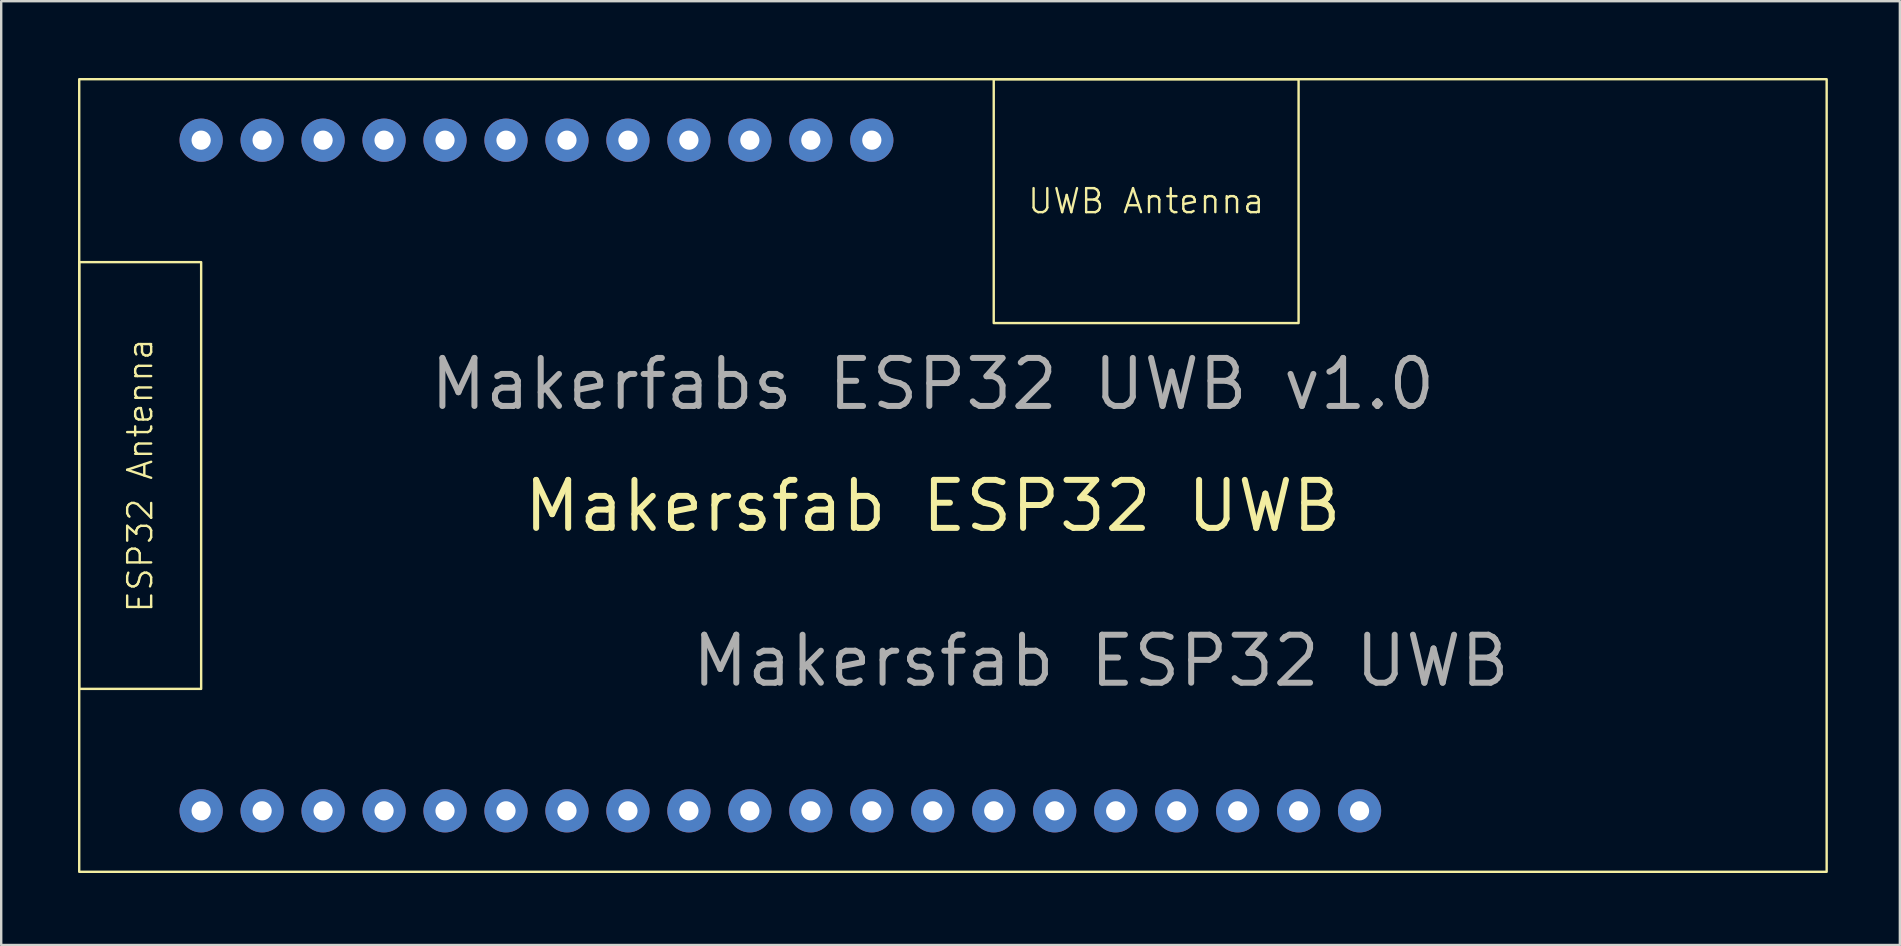
<source format=kicad_pcb>
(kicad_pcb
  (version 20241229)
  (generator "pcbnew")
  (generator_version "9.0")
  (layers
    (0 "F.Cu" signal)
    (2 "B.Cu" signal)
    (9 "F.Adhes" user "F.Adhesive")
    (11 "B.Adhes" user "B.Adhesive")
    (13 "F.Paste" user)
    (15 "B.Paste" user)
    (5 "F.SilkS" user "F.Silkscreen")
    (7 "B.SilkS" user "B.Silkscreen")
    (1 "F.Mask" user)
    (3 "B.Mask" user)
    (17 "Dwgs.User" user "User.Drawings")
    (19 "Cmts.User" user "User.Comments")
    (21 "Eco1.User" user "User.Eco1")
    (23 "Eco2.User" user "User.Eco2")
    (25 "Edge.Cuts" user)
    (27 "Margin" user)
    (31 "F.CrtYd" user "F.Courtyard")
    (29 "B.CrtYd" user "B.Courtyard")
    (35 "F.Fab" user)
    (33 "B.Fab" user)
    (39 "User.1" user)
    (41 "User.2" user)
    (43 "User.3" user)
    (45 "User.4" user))
  (footprint "Makersfab ESP32 UWB"
    (layer "F.Cu")
    (at 0.25 0.25)
    (property "Reference" "Makersfab ESP32 UWB" (at 35.56 17.78 0) (unlocked yes) (layer "F.SilkS") (effects (font (size 2 2) (thickness 0.25))))
    (fp_rect (start 0 0) (end 72.8 33.02) (stroke (width 0.1) (type solid)) (fill no) (layer "F.SilkS"))
    (fp_rect (start 0 7.62) (end 5.08 25.4) (stroke (width 0.1) (type default)) (fill no) (layer "F.SilkS"))
    (fp_rect (start 38.1 0) (end 50.8 10.16) (stroke (width 0.1) (type default)) (fill no) (layer "F.SilkS"))
    (fp_text user "UWB Antenna" (at 44.45 5.08 0) (unlocked yes) (layer "F.SilkS") (effects (font (size 1 1) (thickness 0.1))))
    (fp_text user "ESP32 Antenna" (at 2.54 16.51 90) (unlocked yes) (layer "F.SilkS") (effects (font (size 1 1) (thickness 0.1))))
    (fp_text user "${REFERENCE} " (at 25.4 25.4 0) (unlocked yes) (layer "F.Fab") (effects (font (size 2 2) (thickness 0.25)) (justify left bottom)))
    (fp_text user "Makerfabs ESP32 UWB v1.0" (at 35.56 12.7 0) (unlocked yes) (layer "F.Fab") (effects (font (size 2 2) (thickness 0.25))))
    (fp_text user "IO4" (at 17.78 0 90) (unlocked yes) (layer "User.4") (effects (font (size 0.5 0.5) (thickness 0.062)) (justify right)))
    (fp_text user "IO14" (at 22.86 33.02 90) (unlocked yes) (layer "User.4") (effects (font (size 0.5 0.5) (thickness 0.062)) (justify left)))
    (fp_text user "IO25" (at 33.02 33.02 90) (unlocked yes) (layer "User.4") (effects (font (size 0.5 0.5) (thickness 0.062)) (justify left)))
    (fp_text user "IO16" (at 22.86 0 90) (unlocked yes) (layer "User.4") (effects (font (size 0.5 0.5) (thickness 0.062)) (justify right)))
    (fp_text user "IO5" (at 20.32 0 90) (unlocked yes) (layer "User.4") (effects (font (size 0.5 0.5) (thickness 0.062)) (justify right)))
    (fp_text user "IO17" (at 25.4 0 90) (unlocked yes) (layer "User.4") (effects (font (size 0.5 0.5) (thickness 0.062)) (justify right)))
    (fp_text user "GND" (at 7.62 33.02 90) (unlocked yes) (layer "User.4") (effects (font (size 0.5 0.5) (thickness 0.062)) (justify left)))
    (fp_text user "IO15" (at 25.4 33.02 90) (unlocked yes) (layer "User.4") (effects (font (size 0.5 0.5) (thickness 0.062)) (justify left)))
    (fp_text user "IO21" (at 27.94 0 90) (unlocked yes) (layer "User.4") (effects (font (size 0.5 0.5) (thickness 0.062)) (justify right)))
    (fp_text user "IO0" (at 15.24 0 90) (unlocked yes) (layer "User.4") (effects (font (size 0.5 0.5) (thickness 0.062)) (justify right)))
    (fp_text user "IO2" (at 15.24 33.02 90) (unlocked yes) (layer "User.4") (effects (font (size 0.5 0.5) (thickness 0.062)) (justify left)))
    (fp_text user "IO22" (at 30.48 0 90) (unlocked yes) (layer "User.4") (effects (font (size 0.5 0.5) (thickness 0.062)) (justify right)))
    (fp_text user "IO32" (at 40.64 33.02 90) (unlocked yes) (layer "User.4") (effects (font (size 0.5 0.5) (thickness 0.062)) (justify left)))
    (fp_text user "IO13" (at 20.32 33.02 90) (unlocked yes) (layer "User.4") (effects (font (size 0.5 0.5) (thickness 0.062)) (justify left)))
    (fp_text user "RST" (at 10.16 33.02 90) (unlocked yes) (layer "User.4") (effects (font (size 0.5 0.5) (thickness 0.062)) (justify left)))
    (fp_text user "IO12" (at 17.78 33.02 90) (unlocked yes) (layer "User.4") (effects (font (size 0.5 0.5) (thickness 0.062)) (justify left)))
    (fp_text user "IO36" (at 50.8 33.02 90) (unlocked yes) (layer "User.4") (effects (font (size 0.5 0.5) (thickness 0.062)) (justify left)))
    (fp_text user "IO23" (at 33.02 0 90) (unlocked yes) (layer "User.4") (effects (font (size 0.5 0.5) (thickness 0.062)) (justify right)))
    (fp_text user "IO39" (at 53.34 33.02 90) (unlocked yes) (layer "User.4") (effects (font (size 0.5 0.5) (thickness 0.062)) (justify left)))
    (fp_text user "IO1" (at 12.7 0 90) (unlocked yes) (layer "User.4") (effects (font (size 0.5 0.5) (thickness 0.062)) (justify right)))
    (fp_text user "IO27" (at 38.1 33.02 90) (unlocked yes) (layer "User.4") (effects (font (size 0.5 0.5) (thickness 0.062)) (justify left)))
    (fp_text user "IO18" (at 27.94 33.02 90) (unlocked yes) (layer "User.4") (effects (font (size 0.5 0.5) (thickness 0.062)) (justify left)))
    (fp_text user "GND" (at 12.7 33.02 90) (unlocked yes) (layer "User.4") (effects (font (size 0.5 0.5) (thickness 0.062)) (justify left)))
    (fp_text user "IO19" (at 30.48 33.02 90) (unlocked yes) (layer "User.4") (effects (font (size 0.5 0.5) (thickness 0.062)) (justify left)))
    (fp_text user "GND" (at 7.62 0 90) (unlocked yes) (layer "User.4") (effects (font (size 0.5 0.5) (thickness 0.062)) (justify right)))
    (fp_text user "IO33" (at 43.18 33.02 90) (unlocked yes) (layer "User.4") (effects (font (size 0.5 0.5) (thickness 0.062)) (justify left)))
    (fp_text user "IO35" (at 48.26 33.02 90) (unlocked yes) (layer "User.4") (effects (font (size 0.5 0.5) (thickness 0.062)) (justify left)))
    (fp_text user "IO3" (at 10.16 0 90) (unlocked yes) (layer "User.4") (effects (font (size 0.5 0.5) (thickness 0.062)) (justify right)))
    (fp_text user "5V0" (at 5.08 0 90) (unlocked yes) (layer "User.4") (effects (font (size 0.5 0.5) (thickness 0.062)) (justify right)))
    (fp_text user "IO26" (at 35.56 33.02 90) (unlocked yes) (layer "User.4") (effects (font (size 0.5 0.5) (thickness 0.062)) (justify left)))
    (fp_text user "IO34" (at 45.72 33.02 90) (unlocked yes) (layer "User.4") (effects (font (size 0.5 0.5) (thickness 0.062)) (justify left)))
    (fp_text user "3V3" (at 5.08 33.02 90) (unlocked yes) (layer "User.4") (effects (font (size 0.5 0.5) (thickness 0.062)) (justify left)))
    (pad "1" thru_hole circle (at 5.08 30.48) (size 1.8 1.8) (drill 0.8) (layers "*.Cu" "*.Mask"))
    (pad "2" thru_hole circle (at 7.62 30.48) (size 1.8 1.8) (drill 0.8) (layers "*.Cu" "*.Mask"))
    (pad "3" thru_hole circle (at 10.16 30.48) (size 1.8 1.8) (drill 0.8) (layers "*.Cu" "*.Mask"))
    (pad "4" thru_hole circle (at 12.7 30.48) (size 1.8 1.8) (drill 0.8) (layers "*.Cu" "*.Mask"))
    (pad "5" thru_hole circle (at 15.24 30.48) (size 1.8 1.8) (drill 0.8) (layers "*.Cu" "*.Mask"))
    (pad "6" thru_hole circle (at 17.78 30.48) (size 1.8 1.8) (drill 0.8) (layers "*.Cu" "*.Mask"))
    (pad "7" thru_hole circle (at 20.32 30.48) (size 1.8 1.8) (drill 0.8) (layers "*.Cu" "*.Mask"))
    (pad "8" thru_hole circle (at 22.86 30.48) (size 1.8 1.8) (drill 0.8) (layers "*.Cu" "*.Mask"))
    (pad "9" thru_hole circle (at 25.4 30.48) (size 1.8 1.8) (drill 0.8) (layers "*.Cu" "*.Mask"))
    (pad "10" thru_hole circle (at 27.94 30.48) (size 1.8 1.8) (drill 0.8) (layers "*.Cu" "*.Mask"))
    (pad "11" thru_hole circle (at 30.48 30.48) (size 1.8 1.8) (drill 0.8) (layers "*.Cu" "*.Mask"))
    (pad "12" thru_hole circle (at 33.02 30.48) (size 1.8 1.8) (drill 0.8) (layers "*.Cu" "*.Mask"))
    (pad "13" thru_hole circle (at 35.56 30.48) (size 1.8 1.8) (drill 0.8) (layers "*.Cu" "*.Mask"))
    (pad "14" thru_hole circle (at 38.1 30.48) (size 1.8 1.8) (drill 0.8) (layers "*.Cu" "*.Mask"))
    (pad "15" thru_hole circle (at 40.64 30.48) (size 1.8 1.8) (drill 0.8) (layers "*.Cu" "*.Mask"))
    (pad "16" thru_hole circle (at 43.18 30.48) (size 1.8 1.8) (drill 0.8) (layers "*.Cu" "*.Mask"))
    (pad "17" thru_hole circle (at 45.72 30.48) (size 1.8 1.8) (drill 0.8) (layers "*.Cu" "*.Mask"))
    (pad "18" thru_hole circle (at 48.26 30.48) (size 1.8 1.8) (drill 0.8) (layers "*.Cu" "*.Mask"))
    (pad "19" thru_hole circle (at 50.8 30.48) (size 1.8 1.8) (drill 0.8) (layers "*.Cu" "*.Mask"))
    (pad "20" thru_hole circle (at 53.34 30.48) (size 1.8 1.8) (drill 0.8) (layers "*.Cu" "*.Mask"))
    (pad "21" thru_hole circle (at 5.08 2.54) (size 1.8 1.8) (drill 0.8) (layers "*.Cu" "*.Mask"))
    (pad "22" thru_hole circle (at 7.62 2.54) (size 1.8 1.8) (drill 0.8) (layers "*.Cu" "*.Mask"))
    (pad "23" thru_hole circle (at 10.16 2.54) (size 1.8 1.8) (drill 0.8) (layers "*.Cu" "*.Mask"))
    (pad "24" thru_hole circle (at 12.7 2.54) (size 1.8 1.8) (drill 0.8) (layers "*.Cu" "*.Mask"))
    (pad "25" thru_hole circle (at 15.24 2.54) (size 1.8 1.8) (drill 0.8) (layers "*.Cu" "*.Mask"))
    (pad "26" thru_hole circle (at 17.78 2.54) (size 1.8 1.8) (drill 0.8) (layers "*.Cu" "*.Mask"))
    (pad "27" thru_hole circle (at 20.32 2.54) (size 1.8 1.8) (drill 0.8) (layers "*.Cu" "*.Mask"))
    (pad "28" thru_hole circle (at 22.86 2.54) (size 1.8 1.8) (drill 0.8) (layers "*.Cu" "*.Mask"))
    (pad "29" thru_hole circle (at 25.4 2.54) (size 1.8 1.8) (drill 0.8) (layers "*.Cu" "*.Mask"))
    (pad "30" thru_hole circle (at 27.94 2.54) (size 1.8 1.8) (drill 0.8) (layers "*.Cu" "*.Mask"))
    (pad "31" thru_hole circle (at 30.48 2.54) (size 1.8 1.8) (drill 0.8) (layers "*.Cu" "*.Mask"))
    (pad "32" thru_hole circle (at 33.02 2.54) (size 1.8 1.8) (drill 0.8) (layers "*.Cu" "*.Mask"))
    (zone (net_name "") (layers "F.Cu" "B.Cu" "F.SilkS") (name "ESP32 Antenna") (hatch edge 0.5) (connect_pads) (min_thickness 0.25) (filled_areas_thickness no) (keepout (tracks not_allowed) (vias not_allowed) (pads not_allowed) (copperpour not_allowed) (footprints not_allowed)) (placement (enabled no)) (fill) (polygon (pts (xy 5.33 7.87) (xy 5.33 25.65) (xy 0.25 25.65) (xy 0.25 7.87))))
    (zone (net_name "") (layers "F.Cu" "B.Cu" "F.SilkS") (name "UWB Antenna") (hatch edge 0.5) (connect_pads) (min_thickness 0.25) (filled_areas_thickness no) (keepout (tracks not_allowed) (vias not_allowed) (pads not_allowed) (copperpour not_allowed) (footprints not_allowed)) (placement (enabled no)) (fill) (polygon (pts (xy 51.05 0.25) (xy 51.05 10.41) (xy 38.35 10.41) (xy 38.35 0.25)))))
  (gr_rect
    (start -3 -3)
    (end 76.1 36.32)
    (stroke (width 0.1) (type default))
    (fill no)
    (layer "Edge.Cuts")))
</source>
